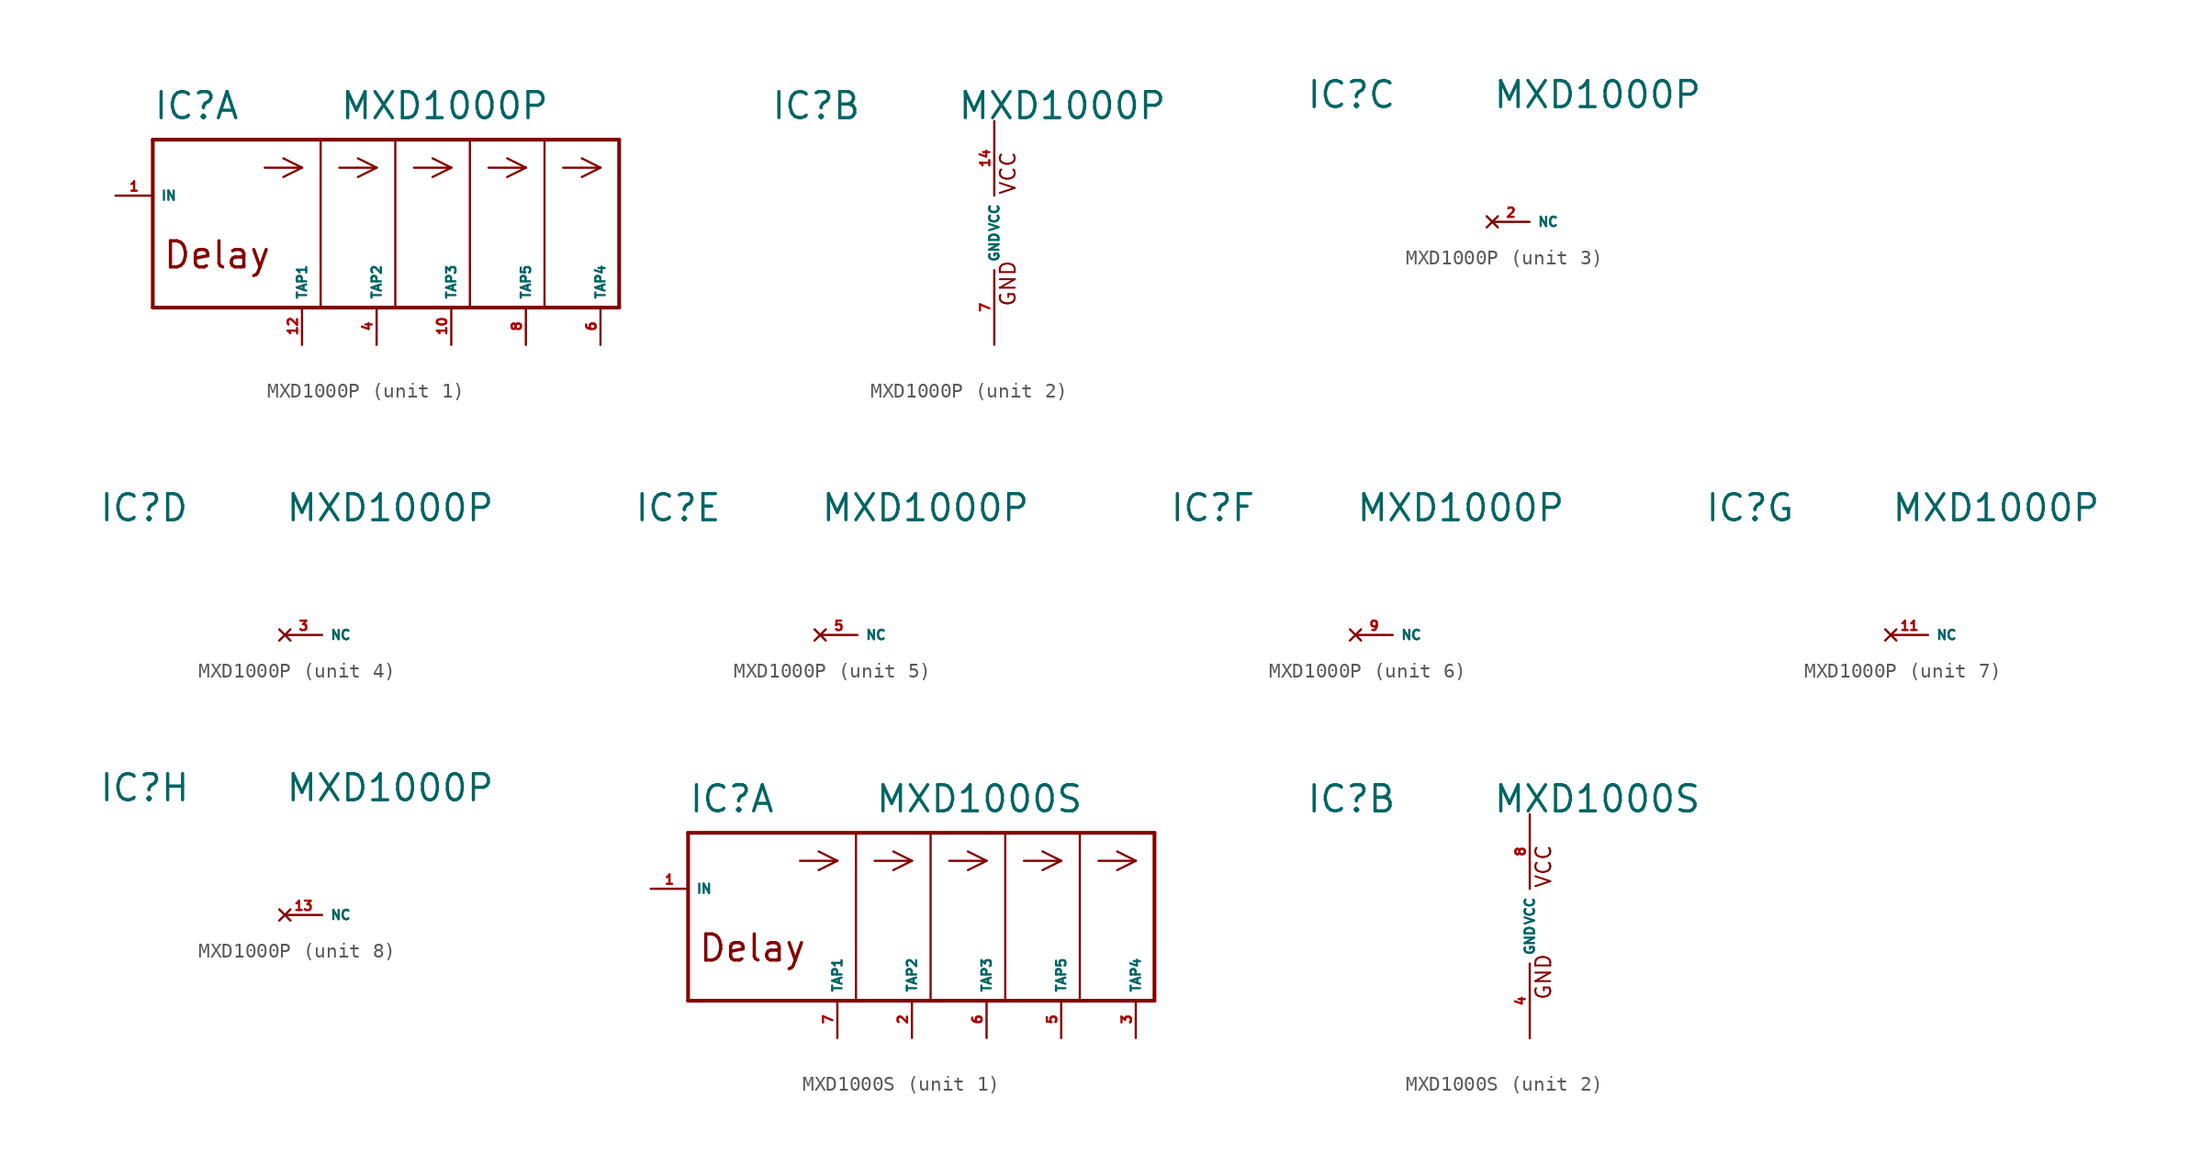
<source format=kicad_sym>
(kicad_symbol_lib
  (version 20220914)
  (generator Eagle2Kicad)
  (symbol "MXD1000P"
    (property "Reference" "IC"
      (at -15.24 7.62 0)
      (effects (font (size 1.778 1.778) (thickness 0.22)) (justify left bottom)))
    (property "Value" "MXD1000P"
      (at -2.54 7.62 0)
      (effects (font (size 1.778 1.778) (thickness 0.22)) (justify left bottom)))
    (symbol "MXD1000P_1_0"
      (polyline (pts (xy -15.24 6.35) (xy -3.81 6.35)) (stroke (width 0.254) (type default)) (fill (type none)))
      (polyline (pts (xy -3.81 6.35) (xy 1.27 6.35)) (stroke (width 0.254) (type default)) (fill (type none)))
      (polyline (pts (xy 1.27 6.35) (xy 6.35 6.35)) (stroke (width 0.254) (type default)) (fill (type none)))
      (polyline (pts (xy 6.35 6.35) (xy 11.43 6.35)) (stroke (width 0.254) (type default)) (fill (type none)))
      (polyline (pts (xy 11.43 6.35) (xy 16.51 6.35)) (stroke (width 0.254) (type default)) (fill (type none)))
      (polyline (pts (xy 16.51 6.35) (xy 16.51 -5.08)) (stroke (width 0.254) (type default)) (fill (type none)))
      (polyline (pts (xy 16.51 -5.08) (xy 11.43 -5.08)) (stroke (width 0.254) (type default)) (fill (type none)))
      (polyline (pts (xy 11.43 -5.08) (xy 6.35 -5.08)) (stroke (width 0.254) (type default)) (fill (type none)))
      (polyline (pts (xy 6.35 -5.08) (xy 1.27 -5.08)) (stroke (width 0.254) (type default)) (fill (type none)))
      (polyline (pts (xy 1.27 -5.08) (xy -3.81 -5.08)) (stroke (width 0.254) (type default)) (fill (type none)))
      (polyline (pts (xy -3.81 -5.08) (xy -15.24 -5.08)) (stroke (width 0.254) (type default)) (fill (type none)))
      (polyline (pts (xy -15.24 -5.08) (xy -15.24 6.35)) (stroke (width 0.254) (type default)) (fill (type none)))
      (polyline (pts (xy 11.43 6.35) (xy 11.43 -5.08)) (stroke (width 0.15) (type default)) (fill (type none)))
      (polyline (pts (xy 6.35 6.35) (xy 6.35 -5.08)) (stroke (width 0.15) (type default)) (fill (type none)))
      (polyline (pts (xy 1.27 6.35) (xy 1.27 -5.08)) (stroke (width 0.15) (type default)) (fill (type none)))
      (polyline (pts (xy -3.81 6.35) (xy -3.81 -5.08)) (stroke (width 0.15) (type default)) (fill (type none)))
      (polyline (pts (xy -7.62 4.445) (xy -5.08 4.445)) (stroke (width 0.15) (type default)) (fill (type none)))
      (polyline (pts (xy -5.08 4.445) (xy -6.35 3.81)) (stroke (width 0.15) (type default)) (fill (type none)))
      (polyline (pts (xy -5.08 4.445) (xy -6.35 5.08)) (stroke (width 0.15) (type default)) (fill (type none)))
      (polyline (pts (xy -2.54 4.445) (xy 0 4.445)) (stroke (width 0.15) (type default)) (fill (type none)))
      (polyline (pts (xy 0 4.445) (xy -1.27 3.81)) (stroke (width 0.15) (type default)) (fill (type none)))
      (polyline (pts (xy 0 4.445) (xy -1.27 5.08)) (stroke (width 0.15) (type default)) (fill (type none)))
      (polyline (pts (xy 2.54 4.445) (xy 5.08 4.445)) (stroke (width 0.15) (type default)) (fill (type none)))
      (polyline (pts (xy 5.08 4.445) (xy 3.81 3.81)) (stroke (width 0.15) (type default)) (fill (type none)))
      (polyline (pts (xy 5.08 4.445) (xy 3.81 5.08)) (stroke (width 0.15) (type default)) (fill (type none)))
      (polyline (pts (xy 7.62 4.445) (xy 10.16 4.445)) (stroke (width 0.15) (type default)) (fill (type none)))
      (polyline (pts (xy 10.16 4.445) (xy 8.89 3.81)) (stroke (width 0.15) (type default)) (fill (type none)))
      (polyline (pts (xy 10.16 4.445) (xy 8.89 5.08)) (stroke (width 0.15) (type default)) (fill (type none)))
      (polyline (pts (xy 12.7 4.445) (xy 15.24 4.445)) (stroke (width 0.15) (type default)) (fill (type none)))
      (polyline (pts (xy 15.24 4.445) (xy 13.97 3.81)) (stroke (width 0.15) (type default)) (fill (type none)))
      (polyline (pts (xy 15.24 4.445) (xy 13.97 5.08)) (stroke (width 0.15) (type default)) (fill (type none)))
      (text "Delay" (at -14.605 -2.54 0) (effects (font (size 1.778 1.778) (thickness 0.22)) (justify left bottom)))
      (pin input line (at -17.78 2.54 0) (length 2.54) (name "IN" (effects (font (size 0.635 0.635) (thickness 0.08)) (justify left bottom))) (number "1" (effects (font (size 0.635 0.635) (thickness 0.08)) (justify left bottom))))
      (pin output line (at -5.08 -7.62 90) (length 2.54) (name "TAP1" (effects (font (size 0.635 0.635) (thickness 0.08)) (justify left bottom))) (number "12" (effects (font (size 0.635 0.635) (thickness 0.08)) (justify left bottom))))
      (pin output line (at 0 -7.62 90) (length 2.54) (name "TAP2" (effects (font (size 0.635 0.635) (thickness 0.08)) (justify left bottom))) (number "4" (effects (font (size 0.635 0.635) (thickness 0.08)) (justify left bottom))))
      (pin output line (at 5.08 -7.62 90) (length 2.54) (name "TAP3" (effects (font (size 0.635 0.635) (thickness 0.08)) (justify left bottom))) (number "10" (effects (font (size 0.635 0.635) (thickness 0.08)) (justify left bottom))))
      (pin output line (at 15.24 -7.62 90) (length 2.54) (name "TAP4" (effects (font (size 0.635 0.635) (thickness 0.08)) (justify left bottom))) (number "6" (effects (font (size 0.635 0.635) (thickness 0.08)) (justify left bottom))))
      (pin output line (at 10.16 -7.62 90) (length 2.54) (name "TAP5" (effects (font (size 0.635 0.635) (thickness 0.08)) (justify left bottom))) (number "8" (effects (font (size 0.635 0.635) (thickness 0.08)) (justify left bottom)))))
    (symbol "MXD1000P_2_0"
      (text "GND" (at 1.524 -5.08 900) (effects (font (size 1.016 1.016) (thickness 0.13)) (justify left bottom)))
      (text "VCC" (at 1.524 2.54 900) (effects (font (size 1.016 1.016) (thickness 0.13)) (justify left bottom)))
      (pin unspecified line (at 0 7.62 270) (length 5.08) (name "VCC" (effects (font (size 0.635 0.635) (thickness 0.08)) (justify left bottom))) (number "14" (effects (font (size 0.635 0.635) (thickness 0.08)) (justify left bottom))))
      (pin unspecified line (at 0 -7.62 90) (length 5.08) (name "GND" (effects (font (size 0.635 0.635) (thickness 0.08)) (justify left bottom))) (number "7" (effects (font (size 0.635 0.635) (thickness 0.08)) (justify left bottom)))))
    (symbol "MXD1000P_3_0"
      (pin no_connect line (at -2.54 0 0) (length 2.54) (name "NC" (effects (font (size 0.635 0.635) (thickness 0.08)) (justify left bottom) hide)) (number "2" (effects (font (size 0.635 0.635) (thickness 0.08)) (justify left bottom) hide))))
    (symbol "MXD1000P_4_0"
      (pin no_connect line (at -2.54 0 0) (length 2.54) (name "NC" (effects (font (size 0.635 0.635) (thickness 0.08)) (justify left bottom) hide)) (number "3" (effects (font (size 0.635 0.635) (thickness 0.08)) (justify left bottom) hide))))
    (symbol "MXD1000P_5_0"
      (pin no_connect line (at -2.54 0 0) (length 2.54) (name "NC" (effects (font (size 0.635 0.635) (thickness 0.08)) (justify left bottom) hide)) (number "5" (effects (font (size 0.635 0.635) (thickness 0.08)) (justify left bottom) hide))))
    (symbol "MXD1000P_6_0"
      (pin no_connect line (at -2.54 0 0) (length 2.54) (name "NC" (effects (font (size 0.635 0.635) (thickness 0.08)) (justify left bottom) hide)) (number "9" (effects (font (size 0.635 0.635) (thickness 0.08)) (justify left bottom) hide))))
    (symbol "MXD1000P_7_0"
      (pin no_connect line (at -2.54 0 0) (length 2.54) (name "NC" (effects (font (size 0.635 0.635) (thickness 0.08)) (justify left bottom) hide)) (number "11" (effects (font (size 0.635 0.635) (thickness 0.08)) (justify left bottom) hide))))
    (symbol "MXD1000P_8_0"
      (pin no_connect line (at -2.54 0 0) (length 2.54) (name "NC" (effects (font (size 0.635 0.635) (thickness 0.08)) (justify left bottom) hide)) (number "13" (effects (font (size 0.635 0.635) (thickness 0.08)) (justify left bottom) hide)))))
  (symbol "MXD1000S"
    (property "Reference" "IC"
      (at -15.24 7.62 0)
      (effects (font (size 1.778 1.778) (thickness 0.22)) (justify left bottom)))
    (property "Value" "MXD1000S"
      (at -2.54 7.62 0)
      (effects (font (size 1.778 1.778) (thickness 0.22)) (justify left bottom)))
    (symbol "MXD1000S_1_0"
      (polyline (pts (xy -15.24 6.35) (xy -3.81 6.35)) (stroke (width 0.254) (type default)) (fill (type none)))
      (polyline (pts (xy -3.81 6.35) (xy 1.27 6.35)) (stroke (width 0.254) (type default)) (fill (type none)))
      (polyline (pts (xy 1.27 6.35) (xy 6.35 6.35)) (stroke (width 0.254) (type default)) (fill (type none)))
      (polyline (pts (xy 6.35 6.35) (xy 11.43 6.35)) (stroke (width 0.254) (type default)) (fill (type none)))
      (polyline (pts (xy 11.43 6.35) (xy 16.51 6.35)) (stroke (width 0.254) (type default)) (fill (type none)))
      (polyline (pts (xy 16.51 6.35) (xy 16.51 -5.08)) (stroke (width 0.254) (type default)) (fill (type none)))
      (polyline (pts (xy 16.51 -5.08) (xy 11.43 -5.08)) (stroke (width 0.254) (type default)) (fill (type none)))
      (polyline (pts (xy 11.43 -5.08) (xy 6.35 -5.08)) (stroke (width 0.254) (type default)) (fill (type none)))
      (polyline (pts (xy 6.35 -5.08) (xy 1.27 -5.08)) (stroke (width 0.254) (type default)) (fill (type none)))
      (polyline (pts (xy 1.27 -5.08) (xy -3.81 -5.08)) (stroke (width 0.254) (type default)) (fill (type none)))
      (polyline (pts (xy -3.81 -5.08) (xy -15.24 -5.08)) (stroke (width 0.254) (type default)) (fill (type none)))
      (polyline (pts (xy -15.24 -5.08) (xy -15.24 6.35)) (stroke (width 0.254) (type default)) (fill (type none)))
      (polyline (pts (xy 11.43 6.35) (xy 11.43 -5.08)) (stroke (width 0.15) (type default)) (fill (type none)))
      (polyline (pts (xy 6.35 6.35) (xy 6.35 -5.08)) (stroke (width 0.15) (type default)) (fill (type none)))
      (polyline (pts (xy 1.27 6.35) (xy 1.27 -5.08)) (stroke (width 0.15) (type default)) (fill (type none)))
      (polyline (pts (xy -3.81 6.35) (xy -3.81 -5.08)) (stroke (width 0.15) (type default)) (fill (type none)))
      (polyline (pts (xy -7.62 4.445) (xy -5.08 4.445)) (stroke (width 0.15) (type default)) (fill (type none)))
      (polyline (pts (xy -5.08 4.445) (xy -6.35 3.81)) (stroke (width 0.15) (type default)) (fill (type none)))
      (polyline (pts (xy -5.08 4.445) (xy -6.35 5.08)) (stroke (width 0.15) (type default)) (fill (type none)))
      (polyline (pts (xy -2.54 4.445) (xy 0 4.445)) (stroke (width 0.15) (type default)) (fill (type none)))
      (polyline (pts (xy 0 4.445) (xy -1.27 3.81)) (stroke (width 0.15) (type default)) (fill (type none)))
      (polyline (pts (xy 0 4.445) (xy -1.27 5.08)) (stroke (width 0.15) (type default)) (fill (type none)))
      (polyline (pts (xy 2.54 4.445) (xy 5.08 4.445)) (stroke (width 0.15) (type default)) (fill (type none)))
      (polyline (pts (xy 5.08 4.445) (xy 3.81 3.81)) (stroke (width 0.15) (type default)) (fill (type none)))
      (polyline (pts (xy 5.08 4.445) (xy 3.81 5.08)) (stroke (width 0.15) (type default)) (fill (type none)))
      (polyline (pts (xy 7.62 4.445) (xy 10.16 4.445)) (stroke (width 0.15) (type default)) (fill (type none)))
      (polyline (pts (xy 10.16 4.445) (xy 8.89 3.81)) (stroke (width 0.15) (type default)) (fill (type none)))
      (polyline (pts (xy 10.16 4.445) (xy 8.89 5.08)) (stroke (width 0.15) (type default)) (fill (type none)))
      (polyline (pts (xy 12.7 4.445) (xy 15.24 4.445)) (stroke (width 0.15) (type default)) (fill (type none)))
      (polyline (pts (xy 15.24 4.445) (xy 13.97 3.81)) (stroke (width 0.15) (type default)) (fill (type none)))
      (polyline (pts (xy 15.24 4.445) (xy 13.97 5.08)) (stroke (width 0.15) (type default)) (fill (type none)))
      (text "Delay" (at -14.605 -2.54 0) (effects (font (size 1.778 1.778) (thickness 0.22)) (justify left bottom)))
      (pin input line (at -17.78 2.54 0) (length 2.54) (name "IN" (effects (font (size 0.635 0.635) (thickness 0.08)) (justify left bottom))) (number "1" (effects (font (size 0.635 0.635) (thickness 0.08)) (justify left bottom))))
      (pin output line (at -5.08 -7.62 90) (length 2.54) (name "TAP1" (effects (font (size 0.635 0.635) (thickness 0.08)) (justify left bottom))) (number "7" (effects (font (size 0.635 0.635) (thickness 0.08)) (justify left bottom))))
      (pin output line (at 0 -7.62 90) (length 2.54) (name "TAP2" (effects (font (size 0.635 0.635) (thickness 0.08)) (justify left bottom))) (number "2" (effects (font (size 0.635 0.635) (thickness 0.08)) (justify left bottom))))
      (pin output line (at 5.08 -7.62 90) (length 2.54) (name "TAP3" (effects (font (size 0.635 0.635) (thickness 0.08)) (justify left bottom))) (number "6" (effects (font (size 0.635 0.635) (thickness 0.08)) (justify left bottom))))
      (pin output line (at 15.24 -7.62 90) (length 2.54) (name "TAP4" (effects (font (size 0.635 0.635) (thickness 0.08)) (justify left bottom))) (number "3" (effects (font (size 0.635 0.635) (thickness 0.08)) (justify left bottom))))
      (pin output line (at 10.16 -7.62 90) (length 2.54) (name "TAP5" (effects (font (size 0.635 0.635) (thickness 0.08)) (justify left bottom))) (number "5" (effects (font (size 0.635 0.635) (thickness 0.08)) (justify left bottom)))))
    (symbol "MXD1000S_2_0"
      (text "GND" (at 1.524 -5.08 900) (effects (font (size 1.016 1.016) (thickness 0.13)) (justify left bottom)))
      (text "VCC" (at 1.524 2.54 900) (effects (font (size 1.016 1.016) (thickness 0.13)) (justify left bottom)))
      (pin unspecified line (at 0 7.62 270) (length 5.08) (name "VCC" (effects (font (size 0.635 0.635) (thickness 0.08)) (justify left bottom))) (number "8" (effects (font (size 0.635 0.635) (thickness 0.08)) (justify left bottom))))
      (pin unspecified line (at 0 -7.62 90) (length 5.08) (name "GND" (effects (font (size 0.635 0.635) (thickness 0.08)) (justify left bottom))) (number "4" (effects (font (size 0.635 0.635) (thickness 0.08)) (justify left bottom)))))))
</source>
